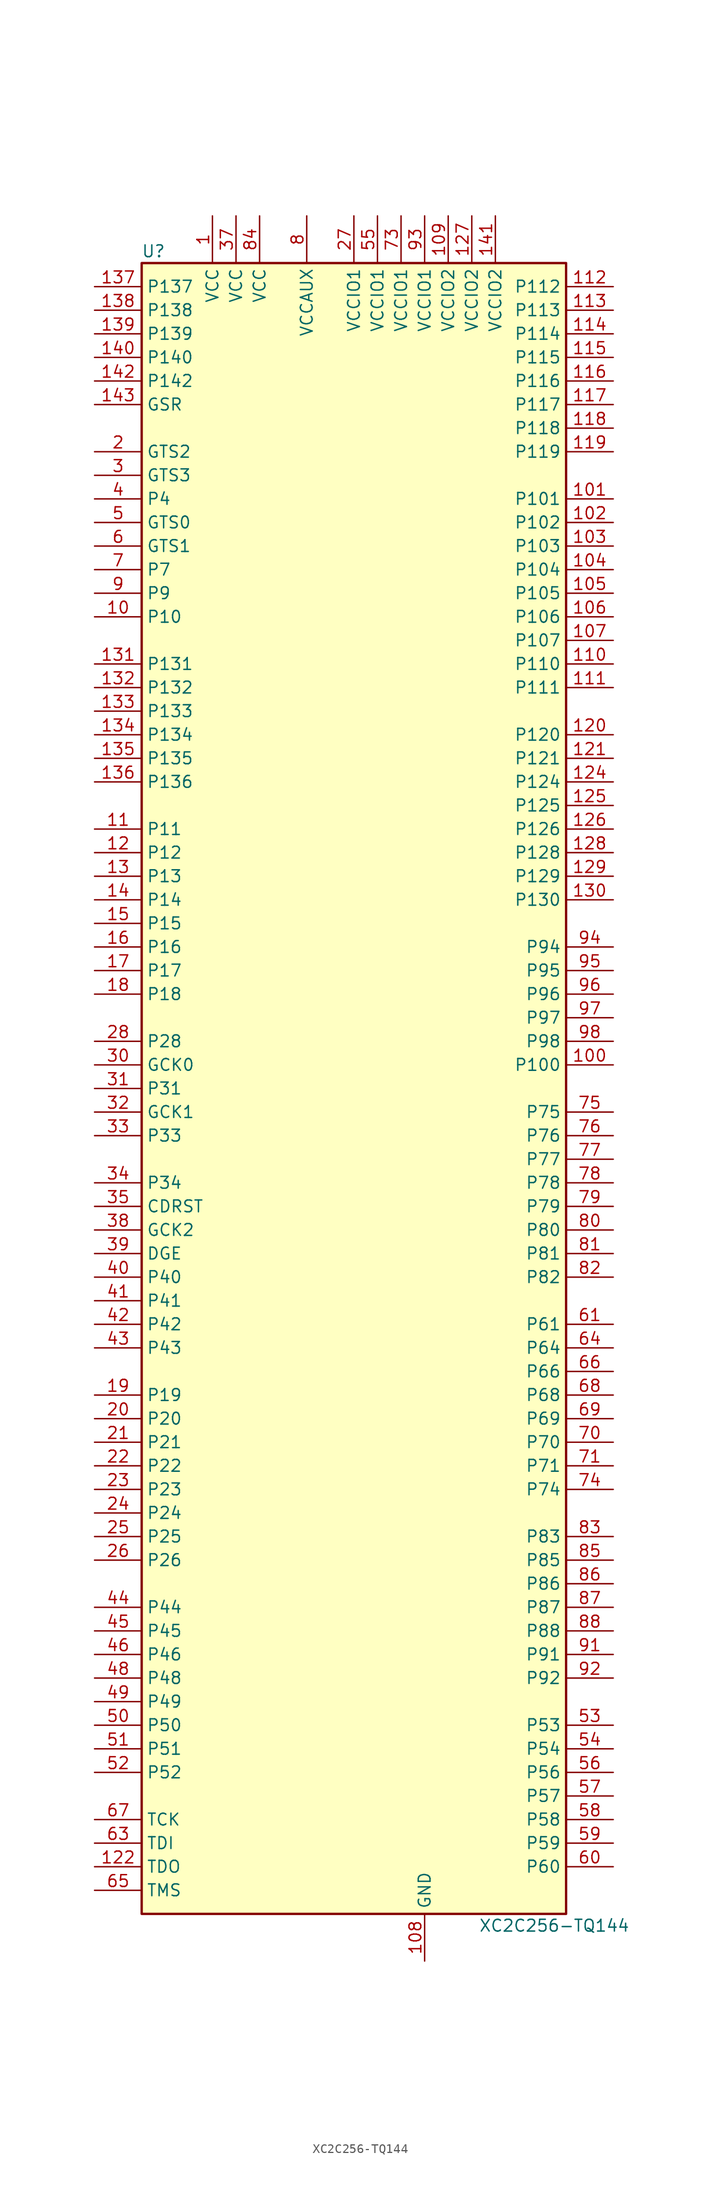
<source format=kicad_sym>
(kicad_symbol_lib
  (version 20220914)
  (generator kicad_symbol_editor)
  (symbol "XC2C256-TQ144"
    (property "Reference" "U"
      (at -21.59 90.17 0)
      (effects (font (size 1.27 1.27))))
    (property "Value" "XC2C256-TQ144"
      (at 21.59 -90.17 0)
      (effects (font (size 1.27 1.27))))
    (symbol "XC2C256-TQ144_0_1"
      (rectangle (start -22.86 -88.9) (end 22.86 88.9) (stroke (width 0.254) (type default)) (fill (type background))))
    (symbol "XC2C256-TQ144_1_1"
      (pin power_in line (at -15.24 93.98 270) (length 5.08) (name "VCC" (effects (font (size 1.27 1.27)))) (number "1" (effects (font (size 1.27 1.27)))))
      (pin bidirectional line (at -27.94 50.8 0) (length 5.08) (name "P10" (effects (font (size 1.27 1.27)))) (number "10" (effects (font (size 1.27 1.27)))))
      (pin bidirectional line (at 27.94 2.54 180) (length 5.08) (name "P100" (effects (font (size 1.27 1.27)))) (number "100" (effects (font (size 1.27 1.27)))))
      (pin bidirectional line (at 27.94 63.5 180) (length 5.08) (name "P101" (effects (font (size 1.27 1.27)))) (number "101" (effects (font (size 1.27 1.27)))))
      (pin bidirectional line (at 27.94 60.96 180) (length 5.08) (name "P102" (effects (font (size 1.27 1.27)))) (number "102" (effects (font (size 1.27 1.27)))))
      (pin bidirectional line (at 27.94 58.42 180) (length 5.08) (name "P103" (effects (font (size 1.27 1.27)))) (number "103" (effects (font (size 1.27 1.27)))))
      (pin bidirectional line (at 27.94 55.88 180) (length 5.08) (name "P104" (effects (font (size 1.27 1.27)))) (number "104" (effects (font (size 1.27 1.27)))))
      (pin bidirectional line (at 27.94 53.34 180) (length 5.08) (name "P105" (effects (font (size 1.27 1.27)))) (number "105" (effects (font (size 1.27 1.27)))))
      (pin bidirectional line (at 27.94 50.8 180) (length 5.08) (name "P106" (effects (font (size 1.27 1.27)))) (number "106" (effects (font (size 1.27 1.27)))))
      (pin bidirectional line (at 27.94 48.26 180) (length 5.08) (name "P107" (effects (font (size 1.27 1.27)))) (number "107" (effects (font (size 1.27 1.27)))))
      (pin power_in line (at 7.62 -93.98 90) (length 5.08) (name "GND" (effects (font (size 1.27 1.27)))) (number "108" (effects (font (size 1.27 1.27)))))
      (pin power_in line (at 10.16 93.98 270) (length 5.08) (name "VCCIO2" (effects (font (size 1.27 1.27)))) (number "109" (effects (font (size 1.27 1.27)))))
      (pin bidirectional line (at -27.94 27.94 0) (length 5.08) (name "P11" (effects (font (size 1.27 1.27)))) (number "11" (effects (font (size 1.27 1.27)))))
      (pin bidirectional line (at 27.94 45.72 180) (length 5.08) (name "P110" (effects (font (size 1.27 1.27)))) (number "110" (effects (font (size 1.27 1.27)))))
      (pin bidirectional line (at 27.94 43.18 180) (length 5.08) (name "P111" (effects (font (size 1.27 1.27)))) (number "111" (effects (font (size 1.27 1.27)))))
      (pin bidirectional line (at 27.94 86.36 180) (length 5.08) (name "P112" (effects (font (size 1.27 1.27)))) (number "112" (effects (font (size 1.27 1.27)))))
      (pin bidirectional line (at 27.94 83.82 180) (length 5.08) (name "P113" (effects (font (size 1.27 1.27)))) (number "113" (effects (font (size 1.27 1.27)))))
      (pin bidirectional line (at 27.94 81.28 180) (length 5.08) (name "P114" (effects (font (size 1.27 1.27)))) (number "114" (effects (font (size 1.27 1.27)))))
      (pin bidirectional line (at 27.94 78.74 180) (length 5.08) (name "P115" (effects (font (size 1.27 1.27)))) (number "115" (effects (font (size 1.27 1.27)))))
      (pin bidirectional line (at 27.94 76.2 180) (length 5.08) (name "P116" (effects (font (size 1.27 1.27)))) (number "116" (effects (font (size 1.27 1.27)))))
      (pin bidirectional line (at 27.94 73.66 180) (length 5.08) (name "P117" (effects (font (size 1.27 1.27)))) (number "117" (effects (font (size 1.27 1.27)))))
      (pin bidirectional line (at 27.94 71.12 180) (length 5.08) (name "P118" (effects (font (size 1.27 1.27)))) (number "118" (effects (font (size 1.27 1.27)))))
      (pin bidirectional line (at 27.94 68.58 180) (length 5.08) (name "P119" (effects (font (size 1.27 1.27)))) (number "119" (effects (font (size 1.27 1.27)))))
      (pin bidirectional line (at -27.94 25.4 0) (length 5.08) (name "P12" (effects (font (size 1.27 1.27)))) (number "12" (effects (font (size 1.27 1.27)))))
      (pin bidirectional line (at 27.94 38.1 180) (length 5.08) (name "P120" (effects (font (size 1.27 1.27)))) (number "120" (effects (font (size 1.27 1.27)))))
      (pin bidirectional line (at 27.94 35.56 180) (length 5.08) (name "P121" (effects (font (size 1.27 1.27)))) (number "121" (effects (font (size 1.27 1.27)))))
      (pin bidirectional line (at -27.94 -83.82 0) (length 5.08) (name "TDO" (effects (font (size 1.27 1.27)))) (number "122" (effects (font (size 1.27 1.27)))))
      (pin passive line (at 7.62 -93.98 90) (length 5.08) hide (name "GND" (effects (font (size 1.27 1.27)))) (number "123" (effects (font (size 1.27 1.27)))))
      (pin bidirectional line (at 27.94 33.02 180) (length 5.08) (name "P124" (effects (font (size 1.27 1.27)))) (number "124" (effects (font (size 1.27 1.27)))))
      (pin bidirectional line (at 27.94 30.48 180) (length 5.08) (name "P125" (effects (font (size 1.27 1.27)))) (number "125" (effects (font (size 1.27 1.27)))))
      (pin bidirectional line (at 27.94 27.94 180) (length 5.08) (name "P126" (effects (font (size 1.27 1.27)))) (number "126" (effects (font (size 1.27 1.27)))))
      (pin power_in line (at 12.7 93.98 270) (length 5.08) (name "VCCIO2" (effects (font (size 1.27 1.27)))) (number "127" (effects (font (size 1.27 1.27)))))
      (pin bidirectional line (at 27.94 25.4 180) (length 5.08) (name "P128" (effects (font (size 1.27 1.27)))) (number "128" (effects (font (size 1.27 1.27)))))
      (pin bidirectional line (at 27.94 22.86 180) (length 5.08) (name "P129" (effects (font (size 1.27 1.27)))) (number "129" (effects (font (size 1.27 1.27)))))
      (pin bidirectional line (at -27.94 22.86 0) (length 5.08) (name "P13" (effects (font (size 1.27 1.27)))) (number "13" (effects (font (size 1.27 1.27)))))
      (pin bidirectional line (at 27.94 20.32 180) (length 5.08) (name "P130" (effects (font (size 1.27 1.27)))) (number "130" (effects (font (size 1.27 1.27)))))
      (pin bidirectional line (at -27.94 45.72 0) (length 5.08) (name "P131" (effects (font (size 1.27 1.27)))) (number "131" (effects (font (size 1.27 1.27)))))
      (pin bidirectional line (at -27.94 43.18 0) (length 5.08) (name "P132" (effects (font (size 1.27 1.27)))) (number "132" (effects (font (size 1.27 1.27)))))
      (pin bidirectional line (at -27.94 40.64 0) (length 5.08) (name "P133" (effects (font (size 1.27 1.27)))) (number "133" (effects (font (size 1.27 1.27)))))
      (pin bidirectional line (at -27.94 38.1 0) (length 5.08) (name "P134" (effects (font (size 1.27 1.27)))) (number "134" (effects (font (size 1.27 1.27)))))
      (pin bidirectional line (at -27.94 35.56 0) (length 5.08) (name "P135" (effects (font (size 1.27 1.27)))) (number "135" (effects (font (size 1.27 1.27)))))
      (pin bidirectional line (at -27.94 33.02 0) (length 5.08) (name "P136" (effects (font (size 1.27 1.27)))) (number "136" (effects (font (size 1.27 1.27)))))
      (pin bidirectional line (at -27.94 86.36 0) (length 5.08) (name "P137" (effects (font (size 1.27 1.27)))) (number "137" (effects (font (size 1.27 1.27)))))
      (pin bidirectional line (at -27.94 83.82 0) (length 5.08) (name "P138" (effects (font (size 1.27 1.27)))) (number "138" (effects (font (size 1.27 1.27)))))
      (pin bidirectional line (at -27.94 81.28 0) (length 5.08) (name "P139" (effects (font (size 1.27 1.27)))) (number "139" (effects (font (size 1.27 1.27)))))
      (pin bidirectional line (at -27.94 20.32 0) (length 5.08) (name "P14" (effects (font (size 1.27 1.27)))) (number "14" (effects (font (size 1.27 1.27)))))
      (pin bidirectional line (at -27.94 78.74 0) (length 5.08) (name "P140" (effects (font (size 1.27 1.27)))) (number "140" (effects (font (size 1.27 1.27)))))
      (pin power_in line (at 15.24 93.98 270) (length 5.08) (name "VCCIO2" (effects (font (size 1.27 1.27)))) (number "141" (effects (font (size 1.27 1.27)))))
      (pin bidirectional line (at -27.94 76.2 0) (length 5.08) (name "P142" (effects (font (size 1.27 1.27)))) (number "142" (effects (font (size 1.27 1.27)))))
      (pin bidirectional line (at -27.94 73.66 0) (length 5.08) (name "GSR" (effects (font (size 1.27 1.27)))) (number "143" (effects (font (size 1.27 1.27)))))
      (pin passive line (at 7.62 -93.98 90) (length 5.08) hide (name "GND" (effects (font (size 1.27 1.27)))) (number "144" (effects (font (size 1.27 1.27)))))
      (pin bidirectional line (at -27.94 17.78 0) (length 5.08) (name "P15" (effects (font (size 1.27 1.27)))) (number "15" (effects (font (size 1.27 1.27)))))
      (pin bidirectional line (at -27.94 15.24 0) (length 5.08) (name "P16" (effects (font (size 1.27 1.27)))) (number "16" (effects (font (size 1.27 1.27)))))
      (pin bidirectional line (at -27.94 12.7 0) (length 5.08) (name "P17" (effects (font (size 1.27 1.27)))) (number "17" (effects (font (size 1.27 1.27)))))
      (pin bidirectional line (at -27.94 10.16 0) (length 5.08) (name "P18" (effects (font (size 1.27 1.27)))) (number "18" (effects (font (size 1.27 1.27)))))
      (pin bidirectional line (at -27.94 -33.02 0) (length 5.08) (name "P19" (effects (font (size 1.27 1.27)))) (number "19" (effects (font (size 1.27 1.27)))))
      (pin bidirectional line (at -27.94 68.58 0) (length 5.08) (name "GTS2" (effects (font (size 1.27 1.27)))) (number "2" (effects (font (size 1.27 1.27)))))
      (pin bidirectional line (at -27.94 -35.56 0) (length 5.08) (name "P20" (effects (font (size 1.27 1.27)))) (number "20" (effects (font (size 1.27 1.27)))))
      (pin bidirectional line (at -27.94 -38.1 0) (length 5.08) (name "P21" (effects (font (size 1.27 1.27)))) (number "21" (effects (font (size 1.27 1.27)))))
      (pin bidirectional line (at -27.94 -40.64 0) (length 5.08) (name "P22" (effects (font (size 1.27 1.27)))) (number "22" (effects (font (size 1.27 1.27)))))
      (pin bidirectional line (at -27.94 -43.18 0) (length 5.08) (name "P23" (effects (font (size 1.27 1.27)))) (number "23" (effects (font (size 1.27 1.27)))))
      (pin bidirectional line (at -27.94 -45.72 0) (length 5.08) (name "P24" (effects (font (size 1.27 1.27)))) (number "24" (effects (font (size 1.27 1.27)))))
      (pin bidirectional line (at -27.94 -48.26 0) (length 5.08) (name "P25" (effects (font (size 1.27 1.27)))) (number "25" (effects (font (size 1.27 1.27)))))
      (pin bidirectional line (at -27.94 -50.8 0) (length 5.08) (name "P26" (effects (font (size 1.27 1.27)))) (number "26" (effects (font (size 1.27 1.27)))))
      (pin power_in line (at 0 93.98 270) (length 5.08) (name "VCCIO1" (effects (font (size 1.27 1.27)))) (number "27" (effects (font (size 1.27 1.27)))))
      (pin bidirectional line (at -27.94 5.08 0) (length 5.08) (name "P28" (effects (font (size 1.27 1.27)))) (number "28" (effects (font (size 1.27 1.27)))))
      (pin passive line (at 7.62 -93.98 90) (length 5.08) hide (name "GND" (effects (font (size 1.27 1.27)))) (number "29" (effects (font (size 1.27 1.27)))))
      (pin bidirectional line (at -27.94 66.04 0) (length 5.08) (name "GTS3" (effects (font (size 1.27 1.27)))) (number "3" (effects (font (size 1.27 1.27)))))
      (pin bidirectional line (at -27.94 2.54 0) (length 5.08) (name "GCK0" (effects (font (size 1.27 1.27)))) (number "30" (effects (font (size 1.27 1.27)))))
      (pin bidirectional line (at -27.94 0 0) (length 5.08) (name "P31" (effects (font (size 1.27 1.27)))) (number "31" (effects (font (size 1.27 1.27)))))
      (pin bidirectional line (at -27.94 -2.54 0) (length 5.08) (name "GCK1" (effects (font (size 1.27 1.27)))) (number "32" (effects (font (size 1.27 1.27)))))
      (pin bidirectional line (at -27.94 -5.08 0) (length 5.08) (name "P33" (effects (font (size 1.27 1.27)))) (number "33" (effects (font (size 1.27 1.27)))))
      (pin bidirectional line (at -27.94 -10.16 0) (length 5.08) (name "P34" (effects (font (size 1.27 1.27)))) (number "34" (effects (font (size 1.27 1.27)))))
      (pin bidirectional line (at -27.94 -12.7 0) (length 5.08) (name "CDRST" (effects (font (size 1.27 1.27)))) (number "35" (effects (font (size 1.27 1.27)))))
      (pin passive line (at 7.62 -93.98 90) (length 5.08) hide (name "GND" (effects (font (size 1.27 1.27)))) (number "36" (effects (font (size 1.27 1.27)))))
      (pin power_in line (at -12.7 93.98 270) (length 5.08) (name "VCC" (effects (font (size 1.27 1.27)))) (number "37" (effects (font (size 1.27 1.27)))))
      (pin bidirectional line (at -27.94 -15.24 0) (length 5.08) (name "GCK2" (effects (font (size 1.27 1.27)))) (number "38" (effects (font (size 1.27 1.27)))))
      (pin bidirectional line (at -27.94 -17.78 0) (length 5.08) (name "DGE" (effects (font (size 1.27 1.27)))) (number "39" (effects (font (size 1.27 1.27)))))
      (pin bidirectional line (at -27.94 63.5 0) (length 5.08) (name "P4" (effects (font (size 1.27 1.27)))) (number "4" (effects (font (size 1.27 1.27)))))
      (pin bidirectional line (at -27.94 -20.32 0) (length 5.08) (name "P40" (effects (font (size 1.27 1.27)))) (number "40" (effects (font (size 1.27 1.27)))))
      (pin bidirectional line (at -27.94 -22.86 0) (length 5.08) (name "P41" (effects (font (size 1.27 1.27)))) (number "41" (effects (font (size 1.27 1.27)))))
      (pin bidirectional line (at -27.94 -25.4 0) (length 5.08) (name "P42" (effects (font (size 1.27 1.27)))) (number "42" (effects (font (size 1.27 1.27)))))
      (pin bidirectional line (at -27.94 -27.94 0) (length 5.08) (name "P43" (effects (font (size 1.27 1.27)))) (number "43" (effects (font (size 1.27 1.27)))))
      (pin bidirectional line (at -27.94 -55.88 0) (length 5.08) (name "P44" (effects (font (size 1.27 1.27)))) (number "44" (effects (font (size 1.27 1.27)))))
      (pin bidirectional line (at -27.94 -58.42 0) (length 5.08) (name "P45" (effects (font (size 1.27 1.27)))) (number "45" (effects (font (size 1.27 1.27)))))
      (pin bidirectional line (at -27.94 -60.96 0) (length 5.08) (name "P46" (effects (font (size 1.27 1.27)))) (number "46" (effects (font (size 1.27 1.27)))))
      (pin passive line (at 7.62 -93.98 90) (length 5.08) hide (name "GND" (effects (font (size 1.27 1.27)))) (number "47" (effects (font (size 1.27 1.27)))))
      (pin bidirectional line (at -27.94 -63.5 0) (length 5.08) (name "P48" (effects (font (size 1.27 1.27)))) (number "48" (effects (font (size 1.27 1.27)))))
      (pin bidirectional line (at -27.94 -66.04 0) (length 5.08) (name "P49" (effects (font (size 1.27 1.27)))) (number "49" (effects (font (size 1.27 1.27)))))
      (pin bidirectional line (at -27.94 60.96 0) (length 5.08) (name "GTS0" (effects (font (size 1.27 1.27)))) (number "5" (effects (font (size 1.27 1.27)))))
      (pin bidirectional line (at -27.94 -68.58 0) (length 5.08) (name "P50" (effects (font (size 1.27 1.27)))) (number "50" (effects (font (size 1.27 1.27)))))
      (pin bidirectional line (at -27.94 -71.12 0) (length 5.08) (name "P51" (effects (font (size 1.27 1.27)))) (number "51" (effects (font (size 1.27 1.27)))))
      (pin bidirectional line (at -27.94 -73.66 0) (length 5.08) (name "P52" (effects (font (size 1.27 1.27)))) (number "52" (effects (font (size 1.27 1.27)))))
      (pin bidirectional line (at 27.94 -68.58 180) (length 5.08) (name "P53" (effects (font (size 1.27 1.27)))) (number "53" (effects (font (size 1.27 1.27)))))
      (pin bidirectional line (at 27.94 -71.12 180) (length 5.08) (name "P54" (effects (font (size 1.27 1.27)))) (number "54" (effects (font (size 1.27 1.27)))))
      (pin power_in line (at 2.54 93.98 270) (length 5.08) (name "VCCIO1" (effects (font (size 1.27 1.27)))) (number "55" (effects (font (size 1.27 1.27)))))
      (pin bidirectional line (at 27.94 -73.66 180) (length 5.08) (name "P56" (effects (font (size 1.27 1.27)))) (number "56" (effects (font (size 1.27 1.27)))))
      (pin bidirectional line (at 27.94 -76.2 180) (length 5.08) (name "P57" (effects (font (size 1.27 1.27)))) (number "57" (effects (font (size 1.27 1.27)))))
      (pin bidirectional line (at 27.94 -78.74 180) (length 5.08) (name "P58" (effects (font (size 1.27 1.27)))) (number "58" (effects (font (size 1.27 1.27)))))
      (pin bidirectional line (at 27.94 -81.28 180) (length 5.08) (name "P59" (effects (font (size 1.27 1.27)))) (number "59" (effects (font (size 1.27 1.27)))))
      (pin bidirectional line (at -27.94 58.42 0) (length 5.08) (name "GTS1" (effects (font (size 1.27 1.27)))) (number "6" (effects (font (size 1.27 1.27)))))
      (pin bidirectional line (at 27.94 -83.82 180) (length 5.08) (name "P60" (effects (font (size 1.27 1.27)))) (number "60" (effects (font (size 1.27 1.27)))))
      (pin bidirectional line (at 27.94 -25.4 180) (length 5.08) (name "P61" (effects (font (size 1.27 1.27)))) (number "61" (effects (font (size 1.27 1.27)))))
      (pin passive line (at 7.62 -93.98 90) (length 5.08) hide (name "GND" (effects (font (size 1.27 1.27)))) (number "62" (effects (font (size 1.27 1.27)))))
      (pin bidirectional line (at -27.94 -81.28 0) (length 5.08) (name "TDI" (effects (font (size 1.27 1.27)))) (number "63" (effects (font (size 1.27 1.27)))))
      (pin bidirectional line (at 27.94 -27.94 180) (length 5.08) (name "P64" (effects (font (size 1.27 1.27)))) (number "64" (effects (font (size 1.27 1.27)))))
      (pin bidirectional line (at -27.94 -86.36 0) (length 5.08) (name "TMS" (effects (font (size 1.27 1.27)))) (number "65" (effects (font (size 1.27 1.27)))))
      (pin bidirectional line (at 27.94 -30.48 180) (length 5.08) (name "P66" (effects (font (size 1.27 1.27)))) (number "66" (effects (font (size 1.27 1.27)))))
      (pin bidirectional line (at -27.94 -78.74 0) (length 5.08) (name "TCK" (effects (font (size 1.27 1.27)))) (number "67" (effects (font (size 1.27 1.27)))))
      (pin bidirectional line (at 27.94 -33.02 180) (length 5.08) (name "P68" (effects (font (size 1.27 1.27)))) (number "68" (effects (font (size 1.27 1.27)))))
      (pin bidirectional line (at 27.94 -35.56 180) (length 5.08) (name "P69" (effects (font (size 1.27 1.27)))) (number "69" (effects (font (size 1.27 1.27)))))
      (pin bidirectional line (at -27.94 55.88 0) (length 5.08) (name "P7" (effects (font (size 1.27 1.27)))) (number "7" (effects (font (size 1.27 1.27)))))
      (pin bidirectional line (at 27.94 -38.1 180) (length 5.08) (name "P70" (effects (font (size 1.27 1.27)))) (number "70" (effects (font (size 1.27 1.27)))))
      (pin bidirectional line (at 27.94 -40.64 180) (length 5.08) (name "P71" (effects (font (size 1.27 1.27)))) (number "71" (effects (font (size 1.27 1.27)))))
      (pin passive line (at 7.62 -93.98 90) (length 5.08) hide (name "GND" (effects (font (size 1.27 1.27)))) (number "72" (effects (font (size 1.27 1.27)))))
      (pin power_in line (at 5.08 93.98 270) (length 5.08) (name "VCCIO1" (effects (font (size 1.27 1.27)))) (number "73" (effects (font (size 1.27 1.27)))))
      (pin bidirectional line (at 27.94 -43.18 180) (length 5.08) (name "P74" (effects (font (size 1.27 1.27)))) (number "74" (effects (font (size 1.27 1.27)))))
      (pin bidirectional line (at 27.94 -2.54 180) (length 5.08) (name "P75" (effects (font (size 1.27 1.27)))) (number "75" (effects (font (size 1.27 1.27)))))
      (pin bidirectional line (at 27.94 -5.08 180) (length 5.08) (name "P76" (effects (font (size 1.27 1.27)))) (number "76" (effects (font (size 1.27 1.27)))))
      (pin bidirectional line (at 27.94 -7.62 180) (length 5.08) (name "P77" (effects (font (size 1.27 1.27)))) (number "77" (effects (font (size 1.27 1.27)))))
      (pin bidirectional line (at 27.94 -10.16 180) (length 5.08) (name "P78" (effects (font (size 1.27 1.27)))) (number "78" (effects (font (size 1.27 1.27)))))
      (pin bidirectional line (at 27.94 -12.7 180) (length 5.08) (name "P79" (effects (font (size 1.27 1.27)))) (number "79" (effects (font (size 1.27 1.27)))))
      (pin power_in line (at -5.08 93.98 270) (length 5.08) (name "VCCAUX" (effects (font (size 1.27 1.27)))) (number "8" (effects (font (size 1.27 1.27)))))
      (pin bidirectional line (at 27.94 -15.24 180) (length 5.08) (name "P80" (effects (font (size 1.27 1.27)))) (number "80" (effects (font (size 1.27 1.27)))))
      (pin bidirectional line (at 27.94 -17.78 180) (length 5.08) (name "P81" (effects (font (size 1.27 1.27)))) (number "81" (effects (font (size 1.27 1.27)))))
      (pin bidirectional line (at 27.94 -20.32 180) (length 5.08) (name "P82" (effects (font (size 1.27 1.27)))) (number "82" (effects (font (size 1.27 1.27)))))
      (pin bidirectional line (at 27.94 -48.26 180) (length 5.08) (name "P83" (effects (font (size 1.27 1.27)))) (number "83" (effects (font (size 1.27 1.27)))))
      (pin power_in line (at -10.16 93.98 270) (length 5.08) (name "VCC" (effects (font (size 1.27 1.27)))) (number "84" (effects (font (size 1.27 1.27)))))
      (pin bidirectional line (at 27.94 -50.8 180) (length 5.08) (name "P85" (effects (font (size 1.27 1.27)))) (number "85" (effects (font (size 1.27 1.27)))))
      (pin bidirectional line (at 27.94 -53.34 180) (length 5.08) (name "P86" (effects (font (size 1.27 1.27)))) (number "86" (effects (font (size 1.27 1.27)))))
      (pin bidirectional line (at 27.94 -55.88 180) (length 5.08) (name "P87" (effects (font (size 1.27 1.27)))) (number "87" (effects (font (size 1.27 1.27)))))
      (pin bidirectional line (at 27.94 -58.42 180) (length 5.08) (name "P88" (effects (font (size 1.27 1.27)))) (number "88" (effects (font (size 1.27 1.27)))))
      (pin passive line (at 7.62 -93.98 90) (length 5.08) hide (name "GND" (effects (font (size 1.27 1.27)))) (number "89" (effects (font (size 1.27 1.27)))))
      (pin bidirectional line (at -27.94 53.34 0) (length 5.08) (name "P9" (effects (font (size 1.27 1.27)))) (number "9" (effects (font (size 1.27 1.27)))))
      (pin passive line (at 7.62 -93.98 90) (length 5.08) hide (name "GND" (effects (font (size 1.27 1.27)))) (number "90" (effects (font (size 1.27 1.27)))))
      (pin bidirectional line (at 27.94 -60.96 180) (length 5.08) (name "P91" (effects (font (size 1.27 1.27)))) (number "91" (effects (font (size 1.27 1.27)))))
      (pin bidirectional line (at 27.94 -63.5 180) (length 5.08) (name "P92" (effects (font (size 1.27 1.27)))) (number "92" (effects (font (size 1.27 1.27)))))
      (pin power_in line (at 7.62 93.98 270) (length 5.08) (name "VCCIO1" (effects (font (size 1.27 1.27)))) (number "93" (effects (font (size 1.27 1.27)))))
      (pin bidirectional line (at 27.94 15.24 180) (length 5.08) (name "P94" (effects (font (size 1.27 1.27)))) (number "94" (effects (font (size 1.27 1.27)))))
      (pin bidirectional line (at 27.94 12.7 180) (length 5.08) (name "P95" (effects (font (size 1.27 1.27)))) (number "95" (effects (font (size 1.27 1.27)))))
      (pin bidirectional line (at 27.94 10.16 180) (length 5.08) (name "P96" (effects (font (size 1.27 1.27)))) (number "96" (effects (font (size 1.27 1.27)))))
      (pin bidirectional line (at 27.94 7.62 180) (length 5.08) (name "P97" (effects (font (size 1.27 1.27)))) (number "97" (effects (font (size 1.27 1.27)))))
      (pin bidirectional line (at 27.94 5.08 180) (length 5.08) (name "P98" (effects (font (size 1.27 1.27)))) (number "98" (effects (font (size 1.27 1.27)))))
      (pin passive line (at 7.62 -93.98 90) (length 5.08) hide (name "GND" (effects (font (size 1.27 1.27)))) (number "99" (effects (font (size 1.27 1.27))))))))
</source>
